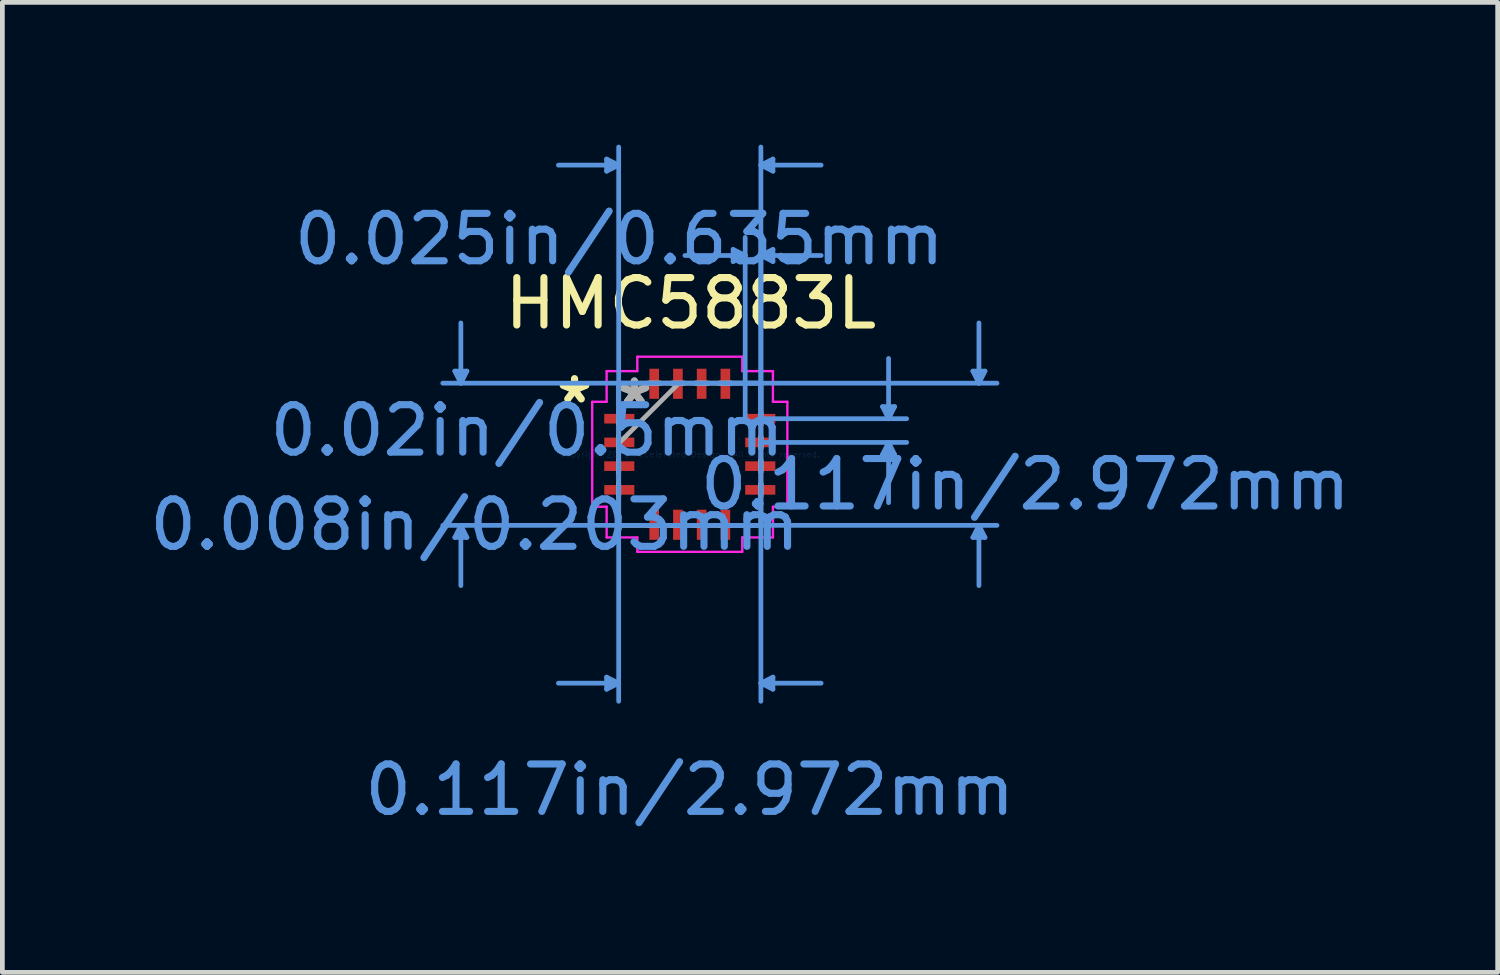
<source format=kicad_pcb>
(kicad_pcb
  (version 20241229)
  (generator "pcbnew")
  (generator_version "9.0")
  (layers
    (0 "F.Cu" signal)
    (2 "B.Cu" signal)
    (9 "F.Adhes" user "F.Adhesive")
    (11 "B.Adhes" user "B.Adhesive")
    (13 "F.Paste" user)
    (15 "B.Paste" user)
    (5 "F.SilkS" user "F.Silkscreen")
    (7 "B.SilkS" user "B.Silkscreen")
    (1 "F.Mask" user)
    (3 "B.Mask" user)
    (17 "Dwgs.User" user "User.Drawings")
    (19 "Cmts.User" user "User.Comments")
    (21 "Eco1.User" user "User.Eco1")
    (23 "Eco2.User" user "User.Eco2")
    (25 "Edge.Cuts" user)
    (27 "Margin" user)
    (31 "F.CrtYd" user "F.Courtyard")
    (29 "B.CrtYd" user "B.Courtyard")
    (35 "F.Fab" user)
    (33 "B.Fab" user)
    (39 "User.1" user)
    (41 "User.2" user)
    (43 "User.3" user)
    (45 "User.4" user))
  (footprint "HMC5883L"
    (layer "F.Cu")
    (at 11.492 6.527)
    (property "Reference" "HMC5883L" (at 0.02 -3.18 0) (layer "F.SilkS") (effects (font (size 1 1) (thickness 0.15))))
    (attr through_hole)
    (fp_line (start -4.953 -1.753) (end -4.699 -1.753) (stroke (width 0.1) (type solid)) (layer "Cmts.User"))
    (fp_line (start -4.953 1.753) (end -4.699 1.753) (stroke (width 0.1) (type solid)) (layer "Cmts.User"))
    (fp_line (start -4.826 -1.499) (end -4.953 -1.753) (stroke (width 0.1) (type solid)) (layer "Cmts.User"))
    (fp_line (start -4.826 -1.499) (end -4.826 -2.769) (stroke (width 0.1) (type solid)) (layer "Cmts.User"))
    (fp_line (start -4.826 -1.499) (end -4.699 -1.753) (stroke (width 0.1) (type solid)) (layer "Cmts.User"))
    (fp_line (start -4.826 1.499) (end -4.953 1.753) (stroke (width 0.1) (type solid)) (layer "Cmts.User"))
    (fp_line (start -4.826 1.499) (end -4.826 2.769) (stroke (width 0.1) (type solid)) (layer "Cmts.User"))
    (fp_line (start -4.826 1.499) (end -4.699 1.753) (stroke (width 0.1) (type solid)) (layer "Cmts.User"))
    (fp_line (start -1.753 -6.223) (end -1.753 -5.969) (stroke (width 0.1) (type solid)) (layer "Cmts.User"))
    (fp_line (start -1.753 4.699) (end -1.753 4.953) (stroke (width 0.1) (type solid)) (layer "Cmts.User"))
    (fp_line (start -1.499 -6.096) (end -2.769 -6.096) (stroke (width 0.1) (type solid)) (layer "Cmts.User"))
    (fp_line (start -1.499 -6.096) (end -1.753 -6.223) (stroke (width 0.1) (type solid)) (layer "Cmts.User"))
    (fp_line (start -1.499 -6.096) (end -1.753 -5.969) (stroke (width 0.1) (type solid)) (layer "Cmts.User"))
    (fp_line (start -1.499 -1.499) (end -1.499 5.207) (stroke (width 0.1) (type solid)) (layer "Cmts.User"))
    (fp_line (start -1.499 -0.75) (end -1.499 -6.477) (stroke (width 0.1) (type solid)) (layer "Cmts.User"))
    (fp_line (start -1.499 4.826) (end -2.769 4.826) (stroke (width 0.1) (type solid)) (layer "Cmts.User"))
    (fp_line (start -1.499 4.826) (end -1.753 4.699) (stroke (width 0.1) (type solid)) (layer "Cmts.User"))
    (fp_line (start -1.499 4.826) (end -1.753 4.953) (stroke (width 0.1) (type solid)) (layer "Cmts.User"))
    (fp_line (start 0.75 -1.499) (end 6.477 -1.499) (stroke (width 0.1) (type solid)) (layer "Cmts.User"))
    (fp_line (start 0.75 1.499) (end 6.477 1.499) (stroke (width 0.1) (type solid)) (layer "Cmts.User"))
    (fp_line (start 0.914 -4.318) (end 0.914 -4.064) (stroke (width 0.1) (type solid)) (layer "Cmts.User"))
    (fp_line (start 1.168 -4.191) (end -0.102 -4.191) (stroke (width 0.1) (type solid)) (layer "Cmts.User"))
    (fp_line (start 1.168 -4.191) (end 0.914 -4.318) (stroke (width 0.1) (type solid)) (layer "Cmts.User"))
    (fp_line (start 1.168 -4.191) (end 0.914 -4.064) (stroke (width 0.1) (type solid)) (layer "Cmts.User"))
    (fp_line (start 1.168 -0.75) (end 1.168 -4.572) (stroke (width 0.1) (type solid)) (layer "Cmts.User"))
    (fp_line (start 1.486 -0.75) (end 4.572 -0.75) (stroke (width 0.1) (type solid)) (layer "Cmts.User"))
    (fp_line (start 1.486 -0.25) (end 4.572 -0.25) (stroke (width 0.1) (type solid)) (layer "Cmts.User"))
    (fp_line (start 1.499 -6.096) (end 1.753 -6.223) (stroke (width 0.1) (type solid)) (layer "Cmts.User"))
    (fp_line (start 1.499 -6.096) (end 1.753 -5.969) (stroke (width 0.1) (type solid)) (layer "Cmts.User"))
    (fp_line (start 1.499 -6.096) (end 2.769 -6.096) (stroke (width 0.1) (type solid)) (layer "Cmts.User"))
    (fp_line (start 1.499 -4.191) (end 1.753 -4.318) (stroke (width 0.1) (type solid)) (layer "Cmts.User"))
    (fp_line (start 1.499 -4.191) (end 1.753 -4.064) (stroke (width 0.1) (type solid)) (layer "Cmts.User"))
    (fp_line (start 1.499 -4.191) (end 2.769 -4.191) (stroke (width 0.1) (type solid)) (layer "Cmts.User"))
    (fp_line (start 1.499 -1.499) (end -5.207 -1.499) (stroke (width 0.1) (type solid)) (layer "Cmts.User"))
    (fp_line (start 1.499 -1.499) (end 1.499 5.207) (stroke (width 0.1) (type solid)) (layer "Cmts.User"))
    (fp_line (start 1.499 -0.75) (end 1.499 -6.477) (stroke (width 0.1) (type solid)) (layer "Cmts.User"))
    (fp_line (start 1.499 -0.75) (end 1.499 -4.572) (stroke (width 0.1) (type solid)) (layer "Cmts.User"))
    (fp_line (start 1.499 1.499) (end -5.207 1.499) (stroke (width 0.1) (type solid)) (layer "Cmts.User"))
    (fp_line (start 1.499 4.826) (end 1.753 4.699) (stroke (width 0.1) (type solid)) (layer "Cmts.User"))
    (fp_line (start 1.499 4.826) (end 1.753 4.953) (stroke (width 0.1) (type solid)) (layer "Cmts.User"))
    (fp_line (start 1.499 4.826) (end 2.769 4.826) (stroke (width 0.1) (type solid)) (layer "Cmts.User"))
    (fp_line (start 1.753 -6.223) (end 1.753 -5.969) (stroke (width 0.1) (type solid)) (layer "Cmts.User"))
    (fp_line (start 1.753 -4.318) (end 1.753 -4.064) (stroke (width 0.1) (type solid)) (layer "Cmts.User"))
    (fp_line (start 1.753 4.699) (end 1.753 4.953) (stroke (width 0.1) (type solid)) (layer "Cmts.User"))
    (fp_line (start 4.064 -1.004) (end 4.318 -1.004) (stroke (width 0.1) (type solid)) (layer "Cmts.User"))
    (fp_line (start 4.064 0.004) (end 4.318 0.004) (stroke (width 0.1) (type solid)) (layer "Cmts.User"))
    (fp_line (start 4.191 -0.75) (end 4.064 -1.004) (stroke (width 0.1) (type solid)) (layer "Cmts.User"))
    (fp_line (start 4.191 -0.75) (end 4.191 -2.02) (stroke (width 0.1) (type solid)) (layer "Cmts.User"))
    (fp_line (start 4.191 -0.75) (end 4.318 -1.004) (stroke (width 0.1) (type solid)) (layer "Cmts.User"))
    (fp_line (start 4.191 -0.25) (end 4.064 0.004) (stroke (width 0.1) (type solid)) (layer "Cmts.User"))
    (fp_line (start 4.191 -0.25) (end 4.191 1.02) (stroke (width 0.1) (type solid)) (layer "Cmts.User"))
    (fp_line (start 4.191 -0.25) (end 4.318 0.004) (stroke (width 0.1) (type solid)) (layer "Cmts.User"))
    (fp_line (start 5.969 -1.753) (end 6.223 -1.753) (stroke (width 0.1) (type solid)) (layer "Cmts.User"))
    (fp_line (start 5.969 1.753) (end 6.223 1.753) (stroke (width 0.1) (type solid)) (layer "Cmts.User"))
    (fp_line (start 6.096 -1.499) (end 5.969 -1.753) (stroke (width 0.1) (type solid)) (layer "Cmts.User"))
    (fp_line (start 6.096 -1.499) (end 6.096 -2.769) (stroke (width 0.1) (type solid)) (layer "Cmts.User"))
    (fp_line (start 6.096 -1.499) (end 6.223 -1.753) (stroke (width 0.1) (type solid)) (layer "Cmts.User"))
    (fp_line (start 6.096 1.499) (end 5.969 1.753) (stroke (width 0.1) (type solid)) (layer "Cmts.User"))
    (fp_line (start 6.096 1.499) (end 6.096 2.769) (stroke (width 0.1) (type solid)) (layer "Cmts.User"))
    (fp_line (start 6.096 1.499) (end 6.223 1.753) (stroke (width 0.1) (type solid)) (layer "Cmts.User"))
    (fp_line (start -2.057 -1.106) (end -1.753 -1.106) (stroke (width 0.05) (type solid)) (layer "F.CrtYd"))
    (fp_line (start -2.057 1.106) (end -2.057 -1.106) (stroke (width 0.05) (type solid)) (layer "F.CrtYd"))
    (fp_line (start -1.753 -1.753) (end -1.106 -1.753) (stroke (width 0.05) (type solid)) (layer "F.CrtYd"))
    (fp_line (start -1.753 -1.106) (end -1.753 -1.753) (stroke (width 0.05) (type solid)) (layer "F.CrtYd"))
    (fp_line (start -1.753 1.106) (end -2.057 1.106) (stroke (width 0.05) (type solid)) (layer "F.CrtYd"))
    (fp_line (start -1.753 1.753) (end -1.753 1.106) (stroke (width 0.05) (type solid)) (layer "F.CrtYd"))
    (fp_line (start -1.106 -2.057) (end 1.106 -2.057) (stroke (width 0.05) (type solid)) (layer "F.CrtYd"))
    (fp_line (start -1.106 -1.753) (end -1.106 -2.057) (stroke (width 0.05) (type solid)) (layer "F.CrtYd"))
    (fp_line (start -1.106 1.753) (end -1.753 1.753) (stroke (width 0.05) (type solid)) (layer "F.CrtYd"))
    (fp_line (start -1.106 2.057) (end -1.106 1.753) (stroke (width 0.05) (type solid)) (layer "F.CrtYd"))
    (fp_line (start 1.106 -2.057) (end 1.106 -1.753) (stroke (width 0.05) (type solid)) (layer "F.CrtYd"))
    (fp_line (start 1.106 -1.753) (end 1.753 -1.753) (stroke (width 0.05) (type solid)) (layer "F.CrtYd"))
    (fp_line (start 1.106 1.753) (end 1.106 2.057) (stroke (width 0.05) (type solid)) (layer "F.CrtYd"))
    (fp_line (start 1.106 2.057) (end -1.106 2.057) (stroke (width 0.05) (type solid)) (layer "F.CrtYd"))
    (fp_line (start 1.753 -1.753) (end 1.753 -1.106) (stroke (width 0.05) (type solid)) (layer "F.CrtYd"))
    (fp_line (start 1.753 -1.106) (end 2.057 -1.106) (stroke (width 0.05) (type solid)) (layer "F.CrtYd"))
    (fp_line (start 1.753 1.106) (end 1.753 1.753) (stroke (width 0.05) (type solid)) (layer "F.CrtYd"))
    (fp_line (start 1.753 1.753) (end 1.106 1.753) (stroke (width 0.05) (type solid)) (layer "F.CrtYd"))
    (fp_line (start 2.057 -1.106) (end 2.057 1.106) (stroke (width 0.05) (type solid)) (layer "F.CrtYd"))
    (fp_line (start 2.057 1.106) (end 1.753 1.106) (stroke (width 0.05) (type solid)) (layer "F.CrtYd"))
    (fp_line (start -1.499 -1.499) (end -1.499 -1.499) (stroke (width 0.1) (type solid)) (layer "F.Fab"))
    (fp_line (start -1.499 -1.499) (end -1.499 1.499) (stroke (width 0.1) (type solid)) (layer "F.Fab"))
    (fp_line (start -1.499 -0.877) (end -1.499 -0.877) (stroke (width 0.1) (type solid)) (layer "F.Fab"))
    (fp_line (start -1.499 -0.877) (end -1.499 -0.623) (stroke (width 0.1) (type solid)) (layer "F.Fab"))
    (fp_line (start -1.499 -0.623) (end -1.499 -0.877) (stroke (width 0.1) (type solid)) (layer "F.Fab"))
    (fp_line (start -1.499 -0.623) (end -1.499 -0.623) (stroke (width 0.1) (type solid)) (layer "F.Fab"))
    (fp_line (start -1.499 -0.377) (end -1.499 -0.377) (stroke (width 0.1) (type solid)) (layer "F.Fab"))
    (fp_line (start -1.499 -0.377) (end -1.499 -0.123) (stroke (width 0.1) (type solid)) (layer "F.Fab"))
    (fp_line (start -1.499 -0.229) (end -0.229 -1.499) (stroke (width 0.1) (type solid)) (layer "F.Fab"))
    (fp_line (start -1.499 -0.123) (end -1.499 -0.377) (stroke (width 0.1) (type solid)) (layer "F.Fab"))
    (fp_line (start -1.499 -0.123) (end -1.499 -0.123) (stroke (width 0.1) (type solid)) (layer "F.Fab"))
    (fp_line (start -1.499 0.123) (end -1.499 0.123) (stroke (width 0.1) (type solid)) (layer "F.Fab"))
    (fp_line (start -1.499 0.123) (end -1.499 0.377) (stroke (width 0.1) (type solid)) (layer "F.Fab"))
    (fp_line (start -1.499 0.377) (end -1.499 0.123) (stroke (width 0.1) (type solid)) (layer "F.Fab"))
    (fp_line (start -1.499 0.377) (end -1.499 0.377) (stroke (width 0.1) (type solid)) (layer "F.Fab"))
    (fp_line (start -1.499 0.623) (end -1.499 0.623) (stroke (width 0.1) (type solid)) (layer "F.Fab"))
    (fp_line (start -1.499 0.623) (end -1.499 0.877) (stroke (width 0.1) (type solid)) (layer "F.Fab"))
    (fp_line (start -1.499 0.877) (end -1.499 0.623) (stroke (width 0.1) (type solid)) (layer "F.Fab"))
    (fp_line (start -1.499 0.877) (end -1.499 0.877) (stroke (width 0.1) (type solid)) (layer "F.Fab"))
    (fp_line (start -1.499 1.499) (end -1.499 1.499) (stroke (width 0.1) (type solid)) (layer "F.Fab"))
    (fp_line (start -1.499 1.499) (end 1.499 1.499) (stroke (width 0.1) (type solid)) (layer "F.Fab"))
    (fp_line (start -0.877 -1.499) (end -0.877 -1.499) (stroke (width 0.1) (type solid)) (layer "F.Fab"))
    (fp_line (start -0.877 -1.499) (end -0.623 -1.499) (stroke (width 0.1) (type solid)) (layer "F.Fab"))
    (fp_line (start -0.877 1.499) (end -0.877 1.499) (stroke (width 0.1) (type solid)) (layer "F.Fab"))
    (fp_line (start -0.877 1.499) (end -0.623 1.499) (stroke (width 0.1) (type solid)) (layer "F.Fab"))
    (fp_line (start -0.623 -1.499) (end -0.877 -1.499) (stroke (width 0.1) (type solid)) (layer "F.Fab"))
    (fp_line (start -0.623 -1.499) (end -0.623 -1.499) (stroke (width 0.1) (type solid)) (layer "F.Fab"))
    (fp_line (start -0.623 1.499) (end -0.877 1.499) (stroke (width 0.1) (type solid)) (layer "F.Fab"))
    (fp_line (start -0.623 1.499) (end -0.623 1.499) (stroke (width 0.1) (type solid)) (layer "F.Fab"))
    (fp_line (start -0.377 -1.499) (end -0.377 -1.499) (stroke (width 0.1) (type solid)) (layer "F.Fab"))
    (fp_line (start -0.377 -1.499) (end -0.123 -1.499) (stroke (width 0.1) (type solid)) (layer "F.Fab"))
    (fp_line (start -0.377 1.499) (end -0.377 1.499) (stroke (width 0.1) (type solid)) (layer "F.Fab"))
    (fp_line (start -0.377 1.499) (end -0.123 1.499) (stroke (width 0.1) (type solid)) (layer "F.Fab"))
    (fp_line (start -0.123 -1.499) (end -0.377 -1.499) (stroke (width 0.1) (type solid)) (layer "F.Fab"))
    (fp_line (start -0.123 -1.499) (end -0.123 -1.499) (stroke (width 0.1) (type solid)) (layer "F.Fab"))
    (fp_line (start -0.123 1.499) (end -0.377 1.499) (stroke (width 0.1) (type solid)) (layer "F.Fab"))
    (fp_line (start -0.123 1.499) (end -0.123 1.499) (stroke (width 0.1) (type solid)) (layer "F.Fab"))
    (fp_line (start 0.123 -1.499) (end 0.123 -1.499) (stroke (width 0.1) (type solid)) (layer "F.Fab"))
    (fp_line (start 0.123 -1.499) (end 0.377 -1.499) (stroke (width 0.1) (type solid)) (layer "F.Fab"))
    (fp_line (start 0.123 1.499) (end 0.123 1.499) (stroke (width 0.1) (type solid)) (layer "F.Fab"))
    (fp_line (start 0.123 1.499) (end 0.377 1.499) (stroke (width 0.1) (type solid)) (layer "F.Fab"))
    (fp_line (start 0.377 -1.499) (end 0.123 -1.499) (stroke (width 0.1) (type solid)) (layer "F.Fab"))
    (fp_line (start 0.377 -1.499) (end 0.377 -1.499) (stroke (width 0.1) (type solid)) (layer "F.Fab"))
    (fp_line (start 0.377 1.499) (end 0.123 1.499) (stroke (width 0.1) (type solid)) (layer "F.Fab"))
    (fp_line (start 0.377 1.499) (end 0.377 1.499) (stroke (width 0.1) (type solid)) (layer "F.Fab"))
    (fp_line (start 0.623 -1.499) (end 0.623 -1.499) (stroke (width 0.1) (type solid)) (layer "F.Fab"))
    (fp_line (start 0.623 -1.499) (end 0.877 -1.499) (stroke (width 0.1) (type solid)) (layer "F.Fab"))
    (fp_line (start 0.623 1.499) (end 0.623 1.499) (stroke (width 0.1) (type solid)) (layer "F.Fab"))
    (fp_line (start 0.623 1.499) (end 0.877 1.499) (stroke (width 0.1) (type solid)) (layer "F.Fab"))
    (fp_line (start 0.877 -1.499) (end 0.623 -1.499) (stroke (width 0.1) (type solid)) (layer "F.Fab"))
    (fp_line (start 0.877 -1.499) (end 0.877 -1.499) (stroke (width 0.1) (type solid)) (layer "F.Fab"))
    (fp_line (start 0.877 1.499) (end 0.623 1.499) (stroke (width 0.1) (type solid)) (layer "F.Fab"))
    (fp_line (start 0.877 1.499) (end 0.877 1.499) (stroke (width 0.1) (type solid)) (layer "F.Fab"))
    (fp_line (start 1.499 -1.499) (end -1.499 -1.499) (stroke (width 0.1) (type solid)) (layer "F.Fab"))
    (fp_line (start 1.499 -1.499) (end 1.499 -1.499) (stroke (width 0.1) (type solid)) (layer "F.Fab"))
    (fp_line (start 1.499 -0.877) (end 1.499 -0.877) (stroke (width 0.1) (type solid)) (layer "F.Fab"))
    (fp_line (start 1.499 -0.877) (end 1.499 -0.623) (stroke (width 0.1) (type solid)) (layer "F.Fab"))
    (fp_line (start 1.499 -0.623) (end 1.499 -0.877) (stroke (width 0.1) (type solid)) (layer "F.Fab"))
    (fp_line (start 1.499 -0.623) (end 1.499 -0.623) (stroke (width 0.1) (type solid)) (layer "F.Fab"))
    (fp_line (start 1.499 -0.377) (end 1.499 -0.377) (stroke (width 0.1) (type solid)) (layer "F.Fab"))
    (fp_line (start 1.499 -0.377) (end 1.499 -0.123) (stroke (width 0.1) (type solid)) (layer "F.Fab"))
    (fp_line (start 1.499 -0.123) (end 1.499 -0.377) (stroke (width 0.1) (type solid)) (layer "F.Fab"))
    (fp_line (start 1.499 -0.123) (end 1.499 -0.123) (stroke (width 0.1) (type solid)) (layer "F.Fab"))
    (fp_line (start 1.499 0.123) (end 1.499 0.123) (stroke (width 0.1) (type solid)) (layer "F.Fab"))
    (fp_line (start 1.499 0.123) (end 1.499 0.377) (stroke (width 0.1) (type solid)) (layer "F.Fab"))
    (fp_line (start 1.499 0.377) (end 1.499 0.123) (stroke (width 0.1) (type solid)) (layer "F.Fab"))
    (fp_line (start 1.499 0.377) (end 1.499 0.377) (stroke (width 0.1) (type solid)) (layer "F.Fab"))
    (fp_line (start 1.499 0.623) (end 1.499 0.623) (stroke (width 0.1) (type solid)) (layer "F.Fab"))
    (fp_line (start 1.499 0.623) (end 1.499 0.877) (stroke (width 0.1) (type solid)) (layer "F.Fab"))
    (fp_line (start 1.499 0.877) (end 1.499 0.623) (stroke (width 0.1) (type solid)) (layer "F.Fab"))
    (fp_line (start 1.499 0.877) (end 1.499 0.877) (stroke (width 0.1) (type solid)) (layer "F.Fab"))
    (fp_line (start 1.499 1.499) (end 1.499 -1.499) (stroke (width 0.1) (type solid)) (layer "F.Fab"))
    (fp_line (start 1.499 1.499) (end 1.499 1.499) (stroke (width 0.1) (type solid)) (layer "F.Fab"))
    (fp_text user "*" (at -2.43 -1.05 0) (layer "F.SilkS") (effects (font (size 1 1) (thickness 0.15))))
    (fp_text user "0.025in/0.635mm" (at -1.486 -4.534 0) (layer "Cmts.User") (effects (font (size 1 1) (thickness 0.15))))
    (fp_text user "0.117in/2.972mm" (at 0 7.074 0) (layer "Cmts.User") (effects (font (size 1 1) (thickness 0.15))))
    (fp_text user "0.008in/0.203mm" (at -4.534 1.486 0) (layer "Cmts.User") (effects (font (size 1 1) (thickness 0.15))))
    (fp_text user "0.117in/2.972mm" (at 7.074 0.635 0) (layer "Cmts.User") (effects (font (size 1 1) (thickness 0.15))))
    (fp_text user "0.02in/0.5mm" (at -3.429 -0.5 0) (layer "Cmts.User") (effects (font (size 1 1) (thickness 0.15))))
    (fp_text user "Copyright 2021 Accelerated Designs. All rights reserved." (at 0 0 0) (layer "Cmts.User") (effects (font (size 0.127 0.127) (thickness 0.002))))
    (fp_text user "*" (at -1.168 -1 0) (layer "F.Fab") (effects (font (size 1 1) (thickness 0.15))))
    (fp_text user "*" (at -1.168 -1 0) (layer "F.Fab") (effects (font (size 1 1) (thickness 0.15))))
    (pad "1" smd rect (at -1.486 -0.75 90) (size 0.203 0.635) (layers "F.Cu" "F.Mask" "F.Paste"))
    (pad "2" smd rect (at -1.486 -0.25 90) (size 0.203 0.635) (layers "F.Cu" "F.Mask" "F.Paste"))
    (pad "3" smd rect (at -1.486 0.25 90) (size 0.203 0.635) (layers "F.Cu" "F.Mask" "F.Paste"))
    (pad "4" smd rect (at -1.486 0.75 90) (size 0.203 0.635) (layers "F.Cu" "F.Mask" "F.Paste"))
    (pad "5" smd rect (at -0.75 1.486) (size 0.203 0.635) (layers "F.Cu" "F.Mask" "F.Paste"))
    (pad "6" smd rect (at -0.25 1.486) (size 0.203 0.635) (layers "F.Cu" "F.Mask" "F.Paste"))
    (pad "7" smd rect (at 0.25 1.486) (size 0.203 0.635) (layers "F.Cu" "F.Mask" "F.Paste"))
    (pad "8" smd rect (at 0.75 1.486) (size 0.203 0.635) (layers "F.Cu" "F.Mask" "F.Paste"))
    (pad "9" smd rect (at 1.486 0.75 90) (size 0.203 0.635) (layers "F.Cu" "F.Mask" "F.Paste"))
    (pad "10" smd rect (at 1.486 0.25 90) (size 0.203 0.635) (layers "F.Cu" "F.Mask" "F.Paste"))
    (pad "11" smd rect (at 1.486 -0.25 90) (size 0.203 0.635) (layers "F.Cu" "F.Mask" "F.Paste"))
    (pad "12" smd rect (at 1.486 -0.75 90) (size 0.203 0.635) (layers "F.Cu" "F.Mask" "F.Paste"))
    (pad "13" smd rect (at 0.75 -1.486) (size 0.203 0.635) (layers "F.Cu" "F.Mask" "F.Paste"))
    (pad "14" smd rect (at 0.25 -1.486) (size 0.203 0.635) (layers "F.Cu" "F.Mask" "F.Paste"))
    (pad "15" smd rect (at -0.25 -1.486) (size 0.203 0.635) (layers "F.Cu" "F.Mask" "F.Paste"))
    (pad "16" smd rect (at -0.75 -1.486) (size 0.203 0.635) (layers "F.Cu" "F.Mask" "F.Paste")))
  (gr_rect
    (start -3 -3)
    (end 28.524 17.449)
    (stroke (width 0.1) (type default))
    (fill no)
    (layer "Edge.Cuts")))
</source>
